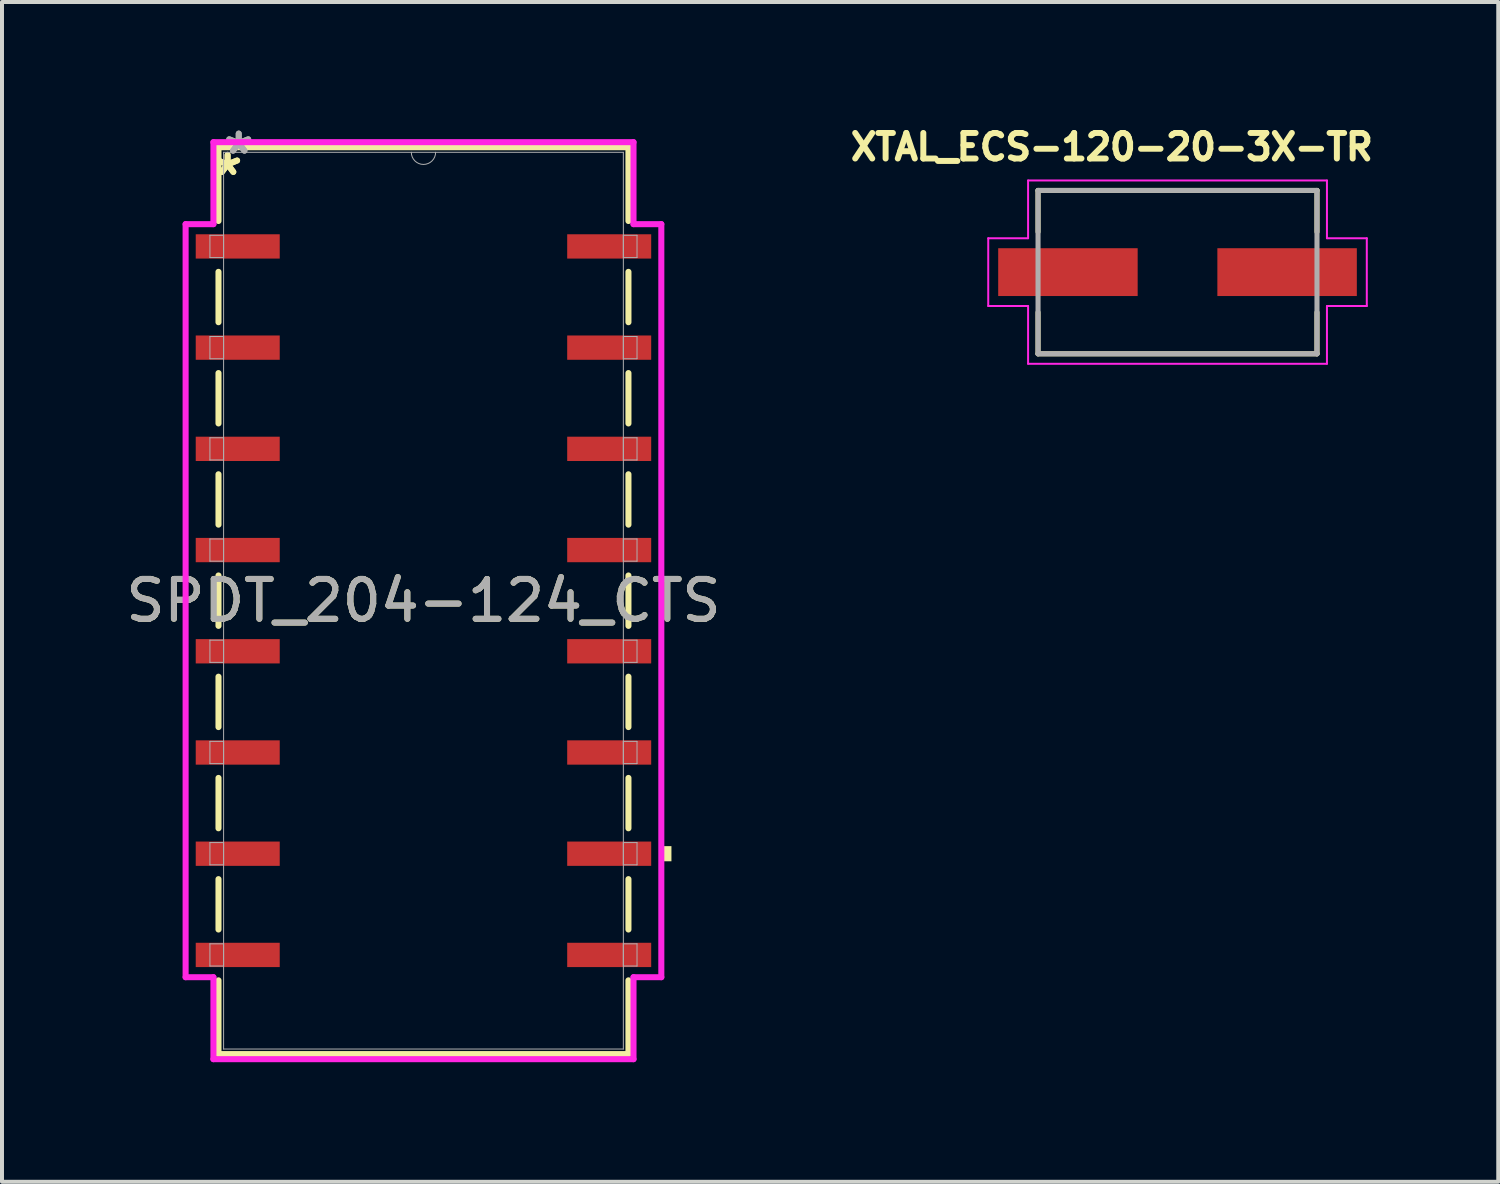
<source format=kicad_pcb>
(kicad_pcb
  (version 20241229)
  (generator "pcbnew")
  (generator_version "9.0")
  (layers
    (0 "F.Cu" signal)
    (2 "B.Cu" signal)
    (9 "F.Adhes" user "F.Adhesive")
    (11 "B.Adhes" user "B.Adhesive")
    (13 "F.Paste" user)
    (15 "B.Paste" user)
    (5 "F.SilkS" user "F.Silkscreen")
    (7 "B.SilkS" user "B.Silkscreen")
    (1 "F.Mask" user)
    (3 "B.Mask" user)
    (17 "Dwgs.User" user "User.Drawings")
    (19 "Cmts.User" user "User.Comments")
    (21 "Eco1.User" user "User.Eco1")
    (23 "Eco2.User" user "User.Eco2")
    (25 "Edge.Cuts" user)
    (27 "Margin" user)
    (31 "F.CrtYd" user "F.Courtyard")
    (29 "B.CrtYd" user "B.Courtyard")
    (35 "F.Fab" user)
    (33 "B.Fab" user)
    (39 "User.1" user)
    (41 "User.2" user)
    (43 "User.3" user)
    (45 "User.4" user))
  (footprint "SPDT_204-124_CTS"
    (layer "F.Cu")
    (at 7.577 12.024)
    (property "Reference" "SPDT_204-124_CTS" (at 0 0 0) (unlocked yes) (layer "F.SilkS") (effects (font (size 1 1) (thickness 0.15))))
    (attr smd)
    (fp_line (start -5.144 -11.379) (end -5.144 -9.528) (stroke (width 0.152) (type solid)) (layer "F.SilkS"))
    (fp_line (start -5.144 -8.252) (end -5.144 -6.988) (stroke (width 0.152) (type solid)) (layer "F.SilkS"))
    (fp_line (start -5.144 -5.712) (end -5.144 -4.448) (stroke (width 0.152) (type solid)) (layer "F.SilkS"))
    (fp_line (start -5.144 -3.172) (end -5.144 -1.908) (stroke (width 0.152) (type solid)) (layer "F.SilkS"))
    (fp_line (start -5.144 -0.632) (end -5.144 0.632) (stroke (width 0.152) (type solid)) (layer "F.SilkS"))
    (fp_line (start -5.144 1.908) (end -5.144 3.172) (stroke (width 0.152) (type solid)) (layer "F.SilkS"))
    (fp_line (start -5.144 4.448) (end -5.144 5.712) (stroke (width 0.152) (type solid)) (layer "F.SilkS"))
    (fp_line (start -5.144 6.988) (end -5.144 8.252) (stroke (width 0.152) (type solid)) (layer "F.SilkS"))
    (fp_line (start -5.144 9.528) (end -5.144 11.379) (stroke (width 0.152) (type solid)) (layer "F.SilkS"))
    (fp_line (start -5.144 11.379) (end 5.144 11.379) (stroke (width 0.152) (type solid)) (layer "F.SilkS"))
    (fp_line (start 5.144 -11.379) (end -5.144 -11.379) (stroke (width 0.152) (type solid)) (layer "F.SilkS"))
    (fp_line (start 5.144 -9.528) (end 5.144 -11.379) (stroke (width 0.152) (type solid)) (layer "F.SilkS"))
    (fp_line (start 5.144 -6.988) (end 5.144 -8.252) (stroke (width 0.152) (type solid)) (layer "F.SilkS"))
    (fp_line (start 5.144 -4.448) (end 5.144 -5.712) (stroke (width 0.152) (type solid)) (layer "F.SilkS"))
    (fp_line (start 5.144 -1.908) (end 5.144 -3.172) (stroke (width 0.152) (type solid)) (layer "F.SilkS"))
    (fp_line (start 5.144 0.632) (end 5.144 -0.632) (stroke (width 0.152) (type solid)) (layer "F.SilkS"))
    (fp_line (start 5.144 3.172) (end 5.144 1.908) (stroke (width 0.152) (type solid)) (layer "F.SilkS"))
    (fp_line (start 5.144 5.712) (end 5.144 4.448) (stroke (width 0.152) (type solid)) (layer "F.SilkS"))
    (fp_line (start 5.144 8.252) (end 5.144 6.988) (stroke (width 0.152) (type solid)) (layer "F.SilkS"))
    (fp_line (start 5.144 11.379) (end 5.144 9.528) (stroke (width 0.152) (type solid)) (layer "F.SilkS"))
    (fp_poly (pts (xy 6.223 6.16) (xy 6.223 6.54) (xy 5.969 6.54) (xy 5.969 6.16)) (stroke (width 0) (type solid)) (fill yes) (layer "F.SilkS"))
    (fp_line (start -5.969 -9.449) (end -5.271 -9.449) (stroke (width 0.152) (type solid)) (layer "F.CrtYd"))
    (fp_line (start -5.969 9.449) (end -5.969 -9.449) (stroke (width 0.152) (type solid)) (layer "F.CrtYd"))
    (fp_line (start -5.969 9.449) (end -5.271 9.449) (stroke (width 0.152) (type solid)) (layer "F.CrtYd"))
    (fp_line (start -5.271 -11.506) (end 5.271 -11.506) (stroke (width 0.152) (type solid)) (layer "F.CrtYd"))
    (fp_line (start -5.271 -9.449) (end -5.271 -11.506) (stroke (width 0.152) (type solid)) (layer "F.CrtYd"))
    (fp_line (start -5.271 11.506) (end -5.271 9.449) (stroke (width 0.152) (type solid)) (layer "F.CrtYd"))
    (fp_line (start 5.271 -11.506) (end 5.271 -9.449) (stroke (width 0.152) (type solid)) (layer "F.CrtYd"))
    (fp_line (start 5.271 9.449) (end 5.271 11.506) (stroke (width 0.152) (type solid)) (layer "F.CrtYd"))
    (fp_line (start 5.271 11.506) (end -5.271 11.506) (stroke (width 0.152) (type solid)) (layer "F.CrtYd"))
    (fp_line (start 5.969 -9.449) (end 5.271 -9.449) (stroke (width 0.152) (type solid)) (layer "F.CrtYd"))
    (fp_line (start 5.969 -9.449) (end 5.969 9.449) (stroke (width 0.152) (type solid)) (layer "F.CrtYd"))
    (fp_line (start 5.969 9.449) (end 5.271 9.449) (stroke (width 0.152) (type solid)) (layer "F.CrtYd"))
    (fp_line (start -5.359 -9.169) (end -5.359 -8.611) (stroke (width 0.025) (type solid)) (layer "F.Fab"))
    (fp_line (start -5.359 -8.611) (end -5.016 -8.611) (stroke (width 0.025) (type solid)) (layer "F.Fab"))
    (fp_line (start -5.359 -6.629) (end -5.359 -6.071) (stroke (width 0.025) (type solid)) (layer "F.Fab"))
    (fp_line (start -5.359 -6.071) (end -5.016 -6.071) (stroke (width 0.025) (type solid)) (layer "F.Fab"))
    (fp_line (start -5.359 -4.089) (end -5.359 -3.531) (stroke (width 0.025) (type solid)) (layer "F.Fab"))
    (fp_line (start -5.359 -3.531) (end -5.016 -3.531) (stroke (width 0.025) (type solid)) (layer "F.Fab"))
    (fp_line (start -5.359 -1.549) (end -5.359 -0.991) (stroke (width 0.025) (type solid)) (layer "F.Fab"))
    (fp_line (start -5.359 -0.991) (end -5.016 -0.991) (stroke (width 0.025) (type solid)) (layer "F.Fab"))
    (fp_line (start -5.359 0.991) (end -5.359 1.549) (stroke (width 0.025) (type solid)) (layer "F.Fab"))
    (fp_line (start -5.359 1.549) (end -5.016 1.549) (stroke (width 0.025) (type solid)) (layer "F.Fab"))
    (fp_line (start -5.359 3.531) (end -5.359 4.089) (stroke (width 0.025) (type solid)) (layer "F.Fab"))
    (fp_line (start -5.359 4.089) (end -5.016 4.089) (stroke (width 0.025) (type solid)) (layer "F.Fab"))
    (fp_line (start -5.359 6.071) (end -5.359 6.629) (stroke (width 0.025) (type solid)) (layer "F.Fab"))
    (fp_line (start -5.359 6.629) (end -5.016 6.629) (stroke (width 0.025) (type solid)) (layer "F.Fab"))
    (fp_line (start -5.359 8.611) (end -5.359 9.169) (stroke (width 0.025) (type solid)) (layer "F.Fab"))
    (fp_line (start -5.359 9.169) (end -5.016 9.169) (stroke (width 0.025) (type solid)) (layer "F.Fab"))
    (fp_line (start -5.016 -11.252) (end -5.016 11.252) (stroke (width 0.025) (type solid)) (layer "F.Fab"))
    (fp_line (start -5.016 -9.169) (end -5.359 -9.169) (stroke (width 0.025) (type solid)) (layer "F.Fab"))
    (fp_line (start -5.016 -8.611) (end -5.016 -9.169) (stroke (width 0.025) (type solid)) (layer "F.Fab"))
    (fp_line (start -5.016 -6.629) (end -5.359 -6.629) (stroke (width 0.025) (type solid)) (layer "F.Fab"))
    (fp_line (start -5.016 -6.071) (end -5.016 -6.629) (stroke (width 0.025) (type solid)) (layer "F.Fab"))
    (fp_line (start -5.016 -4.089) (end -5.359 -4.089) (stroke (width 0.025) (type solid)) (layer "F.Fab"))
    (fp_line (start -5.016 -3.531) (end -5.016 -4.089) (stroke (width 0.025) (type solid)) (layer "F.Fab"))
    (fp_line (start -5.016 -1.549) (end -5.359 -1.549) (stroke (width 0.025) (type solid)) (layer "F.Fab"))
    (fp_line (start -5.016 -0.991) (end -5.016 -1.549) (stroke (width 0.025) (type solid)) (layer "F.Fab"))
    (fp_line (start -5.016 0.991) (end -5.359 0.991) (stroke (width 0.025) (type solid)) (layer "F.Fab"))
    (fp_line (start -5.016 1.549) (end -5.016 0.991) (stroke (width 0.025) (type solid)) (layer "F.Fab"))
    (fp_line (start -5.016 3.531) (end -5.359 3.531) (stroke (width 0.025) (type solid)) (layer "F.Fab"))
    (fp_line (start -5.016 4.089) (end -5.016 3.531) (stroke (width 0.025) (type solid)) (layer "F.Fab"))
    (fp_line (start -5.016 6.071) (end -5.359 6.071) (stroke (width 0.025) (type solid)) (layer "F.Fab"))
    (fp_line (start -5.016 6.629) (end -5.016 6.071) (stroke (width 0.025) (type solid)) (layer "F.Fab"))
    (fp_line (start -5.016 8.611) (end -5.359 8.611) (stroke (width 0.025) (type solid)) (layer "F.Fab"))
    (fp_line (start -5.016 9.169) (end -5.016 8.611) (stroke (width 0.025) (type solid)) (layer "F.Fab"))
    (fp_line (start -5.016 11.252) (end 5.016 11.252) (stroke (width 0.025) (type solid)) (layer "F.Fab"))
    (fp_line (start 5.016 -11.252) (end -5.016 -11.252) (stroke (width 0.025) (type solid)) (layer "F.Fab"))
    (fp_line (start 5.016 -9.169) (end 5.016 -8.611) (stroke (width 0.025) (type solid)) (layer "F.Fab"))
    (fp_line (start 5.016 -8.611) (end 5.359 -8.611) (stroke (width 0.025) (type solid)) (layer "F.Fab"))
    (fp_line (start 5.016 -6.629) (end 5.016 -6.071) (stroke (width 0.025) (type solid)) (layer "F.Fab"))
    (fp_line (start 5.016 -6.071) (end 5.359 -6.071) (stroke (width 0.025) (type solid)) (layer "F.Fab"))
    (fp_line (start 5.016 -4.089) (end 5.016 -3.531) (stroke (width 0.025) (type solid)) (layer "F.Fab"))
    (fp_line (start 5.016 -3.531) (end 5.359 -3.531) (stroke (width 0.025) (type solid)) (layer "F.Fab"))
    (fp_line (start 5.016 -1.549) (end 5.016 -0.991) (stroke (width 0.025) (type solid)) (layer "F.Fab"))
    (fp_line (start 5.016 -0.991) (end 5.359 -0.991) (stroke (width 0.025) (type solid)) (layer "F.Fab"))
    (fp_line (start 5.016 0.991) (end 5.016 1.549) (stroke (width 0.025) (type solid)) (layer "F.Fab"))
    (fp_line (start 5.016 1.549) (end 5.359 1.549) (stroke (width 0.025) (type solid)) (layer "F.Fab"))
    (fp_line (start 5.016 3.531) (end 5.016 4.089) (stroke (width 0.025) (type solid)) (layer "F.Fab"))
    (fp_line (start 5.016 4.089) (end 5.359 4.089) (stroke (width 0.025) (type solid)) (layer "F.Fab"))
    (fp_line (start 5.016 6.071) (end 5.016 6.629) (stroke (width 0.025) (type solid)) (layer "F.Fab"))
    (fp_line (start 5.016 6.629) (end 5.359 6.629) (stroke (width 0.025) (type solid)) (layer "F.Fab"))
    (fp_line (start 5.016 8.611) (end 5.016 9.169) (stroke (width 0.025) (type solid)) (layer "F.Fab"))
    (fp_line (start 5.016 9.169) (end 5.359 9.169) (stroke (width 0.025) (type solid)) (layer "F.Fab"))
    (fp_line (start 5.016 11.252) (end 5.016 -11.252) (stroke (width 0.025) (type solid)) (layer "F.Fab"))
    (fp_line (start 5.359 -9.169) (end 5.016 -9.169) (stroke (width 0.025) (type solid)) (layer "F.Fab"))
    (fp_line (start 5.359 -8.611) (end 5.359 -9.169) (stroke (width 0.025) (type solid)) (layer "F.Fab"))
    (fp_line (start 5.359 -6.629) (end 5.016 -6.629) (stroke (width 0.025) (type solid)) (layer "F.Fab"))
    (fp_line (start 5.359 -6.071) (end 5.359 -6.629) (stroke (width 0.025) (type solid)) (layer "F.Fab"))
    (fp_line (start 5.359 -4.089) (end 5.016 -4.089) (stroke (width 0.025) (type solid)) (layer "F.Fab"))
    (fp_line (start 5.359 -3.531) (end 5.359 -4.089) (stroke (width 0.025) (type solid)) (layer "F.Fab"))
    (fp_line (start 5.359 -1.549) (end 5.016 -1.549) (stroke (width 0.025) (type solid)) (layer "F.Fab"))
    (fp_line (start 5.359 -0.991) (end 5.359 -1.549) (stroke (width 0.025) (type solid)) (layer "F.Fab"))
    (fp_line (start 5.359 0.991) (end 5.016 0.991) (stroke (width 0.025) (type solid)) (layer "F.Fab"))
    (fp_line (start 5.359 1.549) (end 5.359 0.991) (stroke (width 0.025) (type solid)) (layer "F.Fab"))
    (fp_line (start 5.359 3.531) (end 5.016 3.531) (stroke (width 0.025) (type solid)) (layer "F.Fab"))
    (fp_line (start 5.359 4.089) (end 5.359 3.531) (stroke (width 0.025) (type solid)) (layer "F.Fab"))
    (fp_line (start 5.359 6.071) (end 5.016 6.071) (stroke (width 0.025) (type solid)) (layer "F.Fab"))
    (fp_line (start 5.359 6.629) (end 5.359 6.071) (stroke (width 0.025) (type solid)) (layer "F.Fab"))
    (fp_line (start 5.359 8.611) (end 5.016 8.611) (stroke (width 0.025) (type solid)) (layer "F.Fab"))
    (fp_line (start 5.359 9.169) (end 5.359 8.611) (stroke (width 0.025) (type solid)) (layer "F.Fab"))
    (fp_arc (start 0.3048 -11.2522) (mid 0 -10.9474) (end -0.3048 -11.2522) (stroke (width 0.0254) (type solid)) (layer "F.Fab"))
    (fp_text user "*" (at -4.915 -10.643 0) (unlocked yes) (layer "F.SilkS") (effects (font (size 1 1) (thickness 0.15))))
    (fp_text user "*" (at -4.915 -10.643 0) (layer "F.SilkS") (effects (font (size 1 1) (thickness 0.15))))
    (fp_text user "${REFERENCE}" (at 0 0 0) (unlocked yes) (layer "F.Fab") (effects (font (size 1 1) (thickness 0.15))))
    (fp_text user "*" (at -4.636 -11.176 0) (layer "F.Fab") (effects (font (size 1 1) (thickness 0.15))))
    (fp_text user "*" (at -4.636 -11.176 0) (unlocked yes) (layer "F.Fab") (effects (font (size 1 1) (thickness 0.15))))
    (pad "1" smd rect (at -4.661 -8.89) (size 2.108 0.61) (layers "F.Cu" "F.Mask" "F.Paste"))
    (pad "2" smd rect (at -4.661 -6.35) (size 2.108 0.61) (layers "F.Cu" "F.Mask" "F.Paste"))
    (pad "3" smd rect (at -4.661 -3.81) (size 2.108 0.61) (layers "F.Cu" "F.Mask" "F.Paste"))
    (pad "4" smd rect (at -4.661 -1.27) (size 2.108 0.61) (layers "F.Cu" "F.Mask" "F.Paste"))
    (pad "5" smd rect (at -4.661 1.27) (size 2.108 0.61) (layers "F.Cu" "F.Mask" "F.Paste"))
    (pad "6" smd rect (at -4.661 3.81) (size 2.108 0.61) (layers "F.Cu" "F.Mask" "F.Paste"))
    (pad "7" smd rect (at -4.661 6.35) (size 2.108 0.61) (layers "F.Cu" "F.Mask" "F.Paste"))
    (pad "8" smd rect (at -4.661 8.89) (size 2.108 0.61) (layers "F.Cu" "F.Mask" "F.Paste"))
    (pad "9" smd rect (at 4.661 8.89) (size 2.108 0.61) (layers "F.Cu" "F.Mask" "F.Paste"))
    (pad "10" smd rect (at 4.661 6.35) (size 2.108 0.61) (layers "F.Cu" "F.Mask" "F.Paste"))
    (pad "11" smd rect (at 4.661 3.81) (size 2.108 0.61) (layers "F.Cu" "F.Mask" "F.Paste"))
    (pad "12" smd rect (at 4.661 1.27) (size 2.108 0.61) (layers "F.Cu" "F.Mask" "F.Paste"))
    (pad "13" smd rect (at 4.661 -1.27) (size 2.108 0.61) (layers "F.Cu" "F.Mask" "F.Paste"))
    (pad "14" smd rect (at 4.661 -3.81) (size 2.108 0.61) (layers "F.Cu" "F.Mask" "F.Paste"))
    (pad "15" smd rect (at 4.661 -6.35) (size 2.108 0.61) (layers "F.Cu" "F.Mask" "F.Paste"))
    (pad "16" smd rect (at 4.661 -8.89) (size 2.108 0.61) (layers "F.Cu" "F.Mask" "F.Paste")))
  (footprint "XTAL_ECS-120-20-3X-TR"
    (layer "F.Cu")
    (at 26.5 3.779)
    (property "Reference" "XTAL_ECS-120-20-3X-TR" (at -1.648 -3.14 0) (layer "F.SilkS") (effects (font (size 0.641 0.641) (thickness 0.15))))
    (attr smd)
    (fp_line (start -3.5 -2.05) (end 3.5 -2.05) (stroke (width 0.127) (type solid)) (layer "F.SilkS"))
    (fp_line (start -3.5 -1.01) (end -3.5 -2.05) (stroke (width 0.127) (type solid)) (layer "F.SilkS"))
    (fp_line (start -3.5 2.05) (end -3.5 1.01) (stroke (width 0.127) (type solid)) (layer "F.SilkS"))
    (fp_line (start 3.5 -2.05) (end 3.5 -1.01) (stroke (width 0.127) (type solid)) (layer "F.SilkS"))
    (fp_line (start 3.5 1.01) (end 3.5 2.05) (stroke (width 0.127) (type solid)) (layer "F.SilkS"))
    (fp_line (start 3.5 2.05) (end -3.5 2.05) (stroke (width 0.127) (type solid)) (layer "F.SilkS"))
    (fp_line (start -4.75 -0.85) (end -4.75 0.85) (stroke (width 0.05) (type solid)) (layer "F.CrtYd"))
    (fp_line (start -4.75 0.85) (end -3.75 0.85) (stroke (width 0.05) (type solid)) (layer "F.CrtYd"))
    (fp_line (start -3.75 -2.3) (end -3.75 -0.85) (stroke (width 0.05) (type solid)) (layer "F.CrtYd"))
    (fp_line (start -3.75 -0.85) (end -4.75 -0.85) (stroke (width 0.05) (type solid)) (layer "F.CrtYd"))
    (fp_line (start -3.75 0.85) (end -3.75 2.3) (stroke (width 0.05) (type solid)) (layer "F.CrtYd"))
    (fp_line (start -3.75 2.3) (end 3.75 2.3) (stroke (width 0.05) (type solid)) (layer "F.CrtYd"))
    (fp_line (start 3.75 -2.3) (end -3.75 -2.3) (stroke (width 0.05) (type solid)) (layer "F.CrtYd"))
    (fp_line (start 3.75 -0.85) (end 3.75 -2.3) (stroke (width 0.05) (type solid)) (layer "F.CrtYd"))
    (fp_line (start 3.75 0.85) (end 4.75 0.85) (stroke (width 0.05) (type solid)) (layer "F.CrtYd"))
    (fp_line (start 3.75 2.3) (end 3.75 0.85) (stroke (width 0.05) (type solid)) (layer "F.CrtYd"))
    (fp_line (start 4.75 -0.85) (end 3.75 -0.85) (stroke (width 0.05) (type solid)) (layer "F.CrtYd"))
    (fp_line (start 4.75 0.85) (end 4.75 -0.85) (stroke (width 0.05) (type solid)) (layer "F.CrtYd"))
    (fp_line (start -3.5 -2.05) (end -3.5 2.05) (stroke (width 0.127) (type solid)) (layer "F.Fab"))
    (fp_line (start -3.5 2.05) (end 3.5 2.05) (stroke (width 0.127) (type solid)) (layer "F.Fab"))
    (fp_line (start 3.5 -2.05) (end -3.5 -2.05) (stroke (width 0.127) (type solid)) (layer "F.Fab"))
    (fp_line (start 3.5 2.05) (end 3.5 -2.05) (stroke (width 0.127) (type solid)) (layer "F.Fab"))
    (pad "1" smd rect (at -2.75 0) (size 3.5 1.2) (layers "F.Cu" "F.Mask" "F.Paste"))
    (pad "2" smd rect (at 2.75 0) (size 3.5 1.2) (layers "F.Cu" "F.Mask" "F.Paste")))
  (gr_rect
    (start -3 -3)
    (end 34.549 26.607)
    (stroke (width 0.1) (type default))
    (fill no)
    (layer "Edge.Cuts")))
</source>
